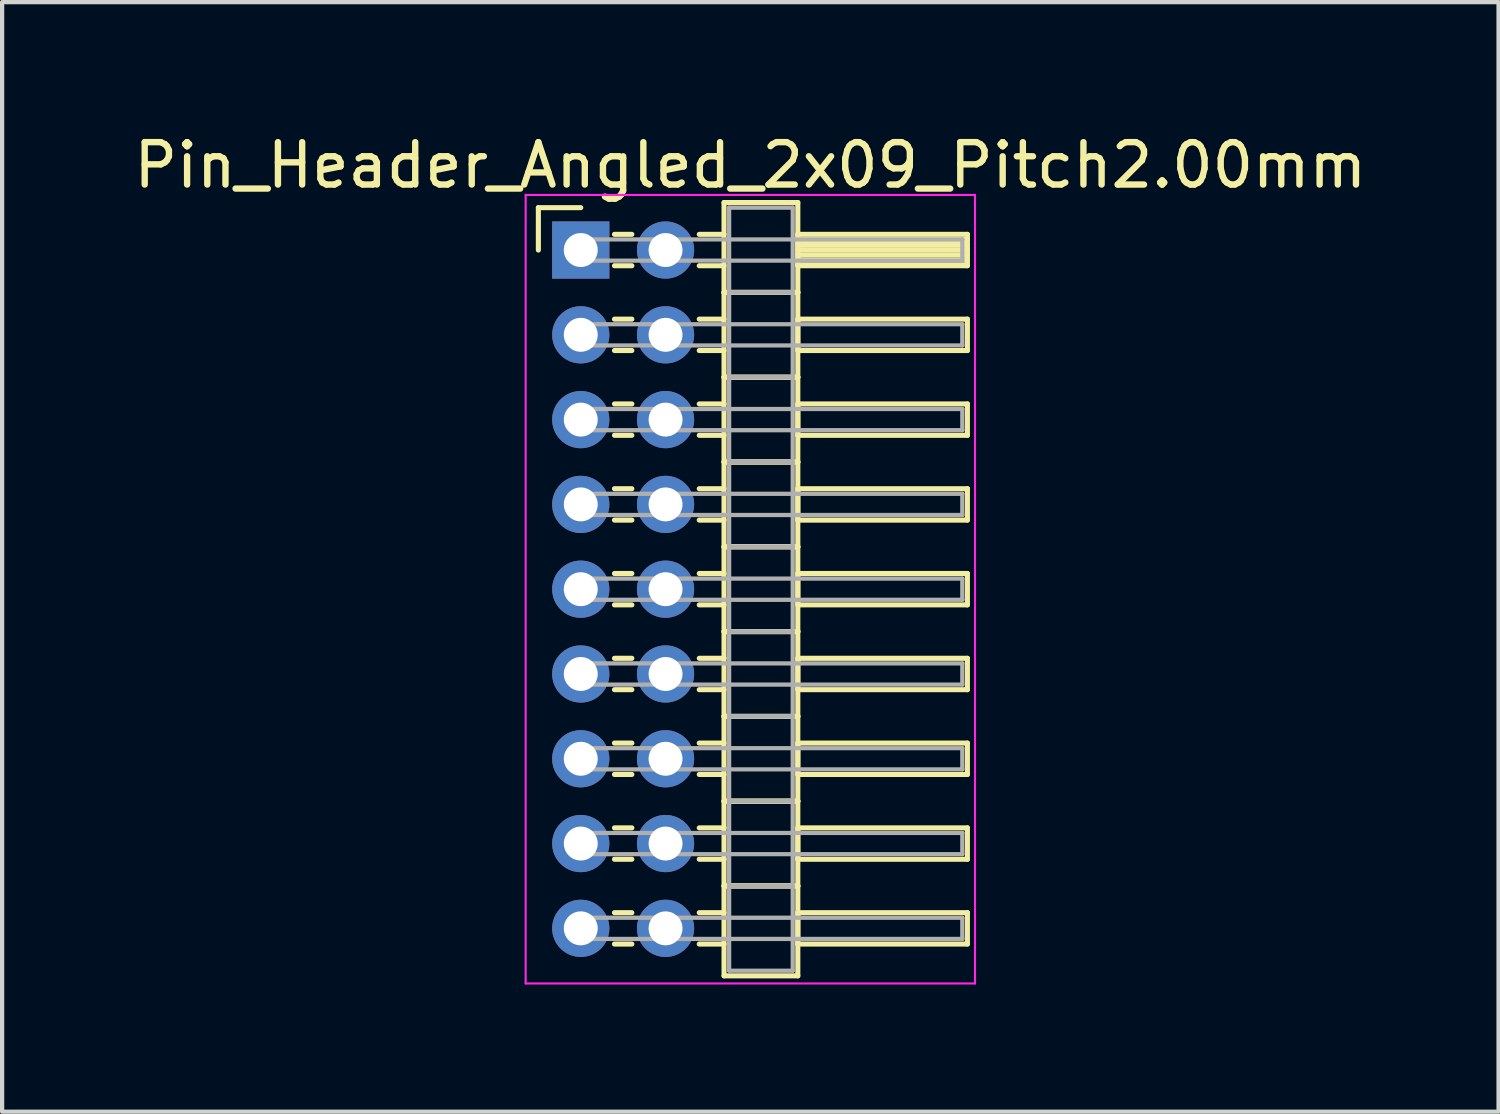
<source format=kicad_pcb>
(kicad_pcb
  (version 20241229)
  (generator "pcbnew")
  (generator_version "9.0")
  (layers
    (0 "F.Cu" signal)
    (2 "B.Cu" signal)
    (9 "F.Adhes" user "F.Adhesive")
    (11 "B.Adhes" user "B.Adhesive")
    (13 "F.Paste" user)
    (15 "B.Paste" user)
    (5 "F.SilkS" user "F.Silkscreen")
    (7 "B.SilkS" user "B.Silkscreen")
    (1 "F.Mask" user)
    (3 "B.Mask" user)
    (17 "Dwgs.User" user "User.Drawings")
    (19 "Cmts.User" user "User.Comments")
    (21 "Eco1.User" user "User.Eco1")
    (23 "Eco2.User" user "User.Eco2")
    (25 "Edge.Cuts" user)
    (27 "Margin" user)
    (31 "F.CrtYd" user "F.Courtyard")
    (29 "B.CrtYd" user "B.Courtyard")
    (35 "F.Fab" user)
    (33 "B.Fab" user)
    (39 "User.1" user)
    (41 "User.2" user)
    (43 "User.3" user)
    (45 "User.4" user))
  (footprint "Pin_Header_Angled_2x09_Pitch2.00mm"
    (layer "F.Cu")
    (at 10.649 2.848)
    (property "Reference" "Pin_Header_Angled_2x09_Pitch2.00mm" (at 4 -2 0) (layer "F.SilkS") (effects (font (size 1 1) (thickness 0.15))))
    (attr through_hole)
    (fp_line (start -1 -1) (end 0 -1) (stroke (width 0.12) (type solid)) (layer "F.SilkS"))
    (fp_line (start -1 0) (end -1 -1) (stroke (width 0.12) (type solid)) (layer "F.SilkS"))
    (fp_line (start 0.795 -0.37) (end 1.205 -0.37) (stroke (width 0.12) (type solid)) (layer "F.SilkS"))
    (fp_line (start 0.795 0.37) (end 1.205 0.37) (stroke (width 0.12) (type solid)) (layer "F.SilkS"))
    (fp_line (start 0.795 1.63) (end 1.205 1.63) (stroke (width 0.12) (type solid)) (layer "F.SilkS"))
    (fp_line (start 0.795 2.37) (end 1.205 2.37) (stroke (width 0.12) (type solid)) (layer "F.SilkS"))
    (fp_line (start 0.795 3.63) (end 1.205 3.63) (stroke (width 0.12) (type solid)) (layer "F.SilkS"))
    (fp_line (start 0.795 4.37) (end 1.205 4.37) (stroke (width 0.12) (type solid)) (layer "F.SilkS"))
    (fp_line (start 0.795 5.63) (end 1.205 5.63) (stroke (width 0.12) (type solid)) (layer "F.SilkS"))
    (fp_line (start 0.795 6.37) (end 1.205 6.37) (stroke (width 0.12) (type solid)) (layer "F.SilkS"))
    (fp_line (start 0.795 7.63) (end 1.205 7.63) (stroke (width 0.12) (type solid)) (layer "F.SilkS"))
    (fp_line (start 0.795 8.37) (end 1.205 8.37) (stroke (width 0.12) (type solid)) (layer "F.SilkS"))
    (fp_line (start 0.795 9.63) (end 1.205 9.63) (stroke (width 0.12) (type solid)) (layer "F.SilkS"))
    (fp_line (start 0.795 10.37) (end 1.205 10.37) (stroke (width 0.12) (type solid)) (layer "F.SilkS"))
    (fp_line (start 0.795 11.63) (end 1.205 11.63) (stroke (width 0.12) (type solid)) (layer "F.SilkS"))
    (fp_line (start 0.795 12.37) (end 1.205 12.37) (stroke (width 0.12) (type solid)) (layer "F.SilkS"))
    (fp_line (start 0.795 13.63) (end 1.205 13.63) (stroke (width 0.12) (type solid)) (layer "F.SilkS"))
    (fp_line (start 0.795 14.37) (end 1.205 14.37) (stroke (width 0.12) (type solid)) (layer "F.SilkS"))
    (fp_line (start 0.795 15.63) (end 1.205 15.63) (stroke (width 0.12) (type solid)) (layer "F.SilkS"))
    (fp_line (start 0.795 16.37) (end 1.205 16.37) (stroke (width 0.12) (type solid)) (layer "F.SilkS"))
    (fp_line (start 2.795 -0.37) (end 3.38 -0.37) (stroke (width 0.12) (type solid)) (layer "F.SilkS"))
    (fp_line (start 2.795 0.37) (end 3.38 0.37) (stroke (width 0.12) (type solid)) (layer "F.SilkS"))
    (fp_line (start 2.795 1.63) (end 3.38 1.63) (stroke (width 0.12) (type solid)) (layer "F.SilkS"))
    (fp_line (start 2.795 2.37) (end 3.38 2.37) (stroke (width 0.12) (type solid)) (layer "F.SilkS"))
    (fp_line (start 2.795 3.63) (end 3.38 3.63) (stroke (width 0.12) (type solid)) (layer "F.SilkS"))
    (fp_line (start 2.795 4.37) (end 3.38 4.37) (stroke (width 0.12) (type solid)) (layer "F.SilkS"))
    (fp_line (start 2.795 5.63) (end 3.38 5.63) (stroke (width 0.12) (type solid)) (layer "F.SilkS"))
    (fp_line (start 2.795 6.37) (end 3.38 6.37) (stroke (width 0.12) (type solid)) (layer "F.SilkS"))
    (fp_line (start 2.795 7.63) (end 3.38 7.63) (stroke (width 0.12) (type solid)) (layer "F.SilkS"))
    (fp_line (start 2.795 8.37) (end 3.38 8.37) (stroke (width 0.12) (type solid)) (layer "F.SilkS"))
    (fp_line (start 2.795 9.63) (end 3.38 9.63) (stroke (width 0.12) (type solid)) (layer "F.SilkS"))
    (fp_line (start 2.795 10.37) (end 3.38 10.37) (stroke (width 0.12) (type solid)) (layer "F.SilkS"))
    (fp_line (start 2.795 11.63) (end 3.38 11.63) (stroke (width 0.12) (type solid)) (layer "F.SilkS"))
    (fp_line (start 2.795 12.37) (end 3.38 12.37) (stroke (width 0.12) (type solid)) (layer "F.SilkS"))
    (fp_line (start 2.795 13.63) (end 3.38 13.63) (stroke (width 0.12) (type solid)) (layer "F.SilkS"))
    (fp_line (start 2.795 14.37) (end 3.38 14.37) (stroke (width 0.12) (type solid)) (layer "F.SilkS"))
    (fp_line (start 2.795 15.63) (end 3.38 15.63) (stroke (width 0.12) (type solid)) (layer "F.SilkS"))
    (fp_line (start 2.795 16.37) (end 3.38 16.37) (stroke (width 0.12) (type solid)) (layer "F.SilkS"))
    (fp_line (start 3.38 -1.12) (end 3.38 1) (stroke (width 0.12) (type solid)) (layer "F.SilkS"))
    (fp_line (start 3.38 1) (end 3.38 3) (stroke (width 0.12) (type solid)) (layer "F.SilkS"))
    (fp_line (start 3.38 1) (end 5.12 1) (stroke (width 0.12) (type solid)) (layer "F.SilkS"))
    (fp_line (start 3.38 3) (end 3.38 5) (stroke (width 0.12) (type solid)) (layer "F.SilkS"))
    (fp_line (start 3.38 3) (end 5.12 3) (stroke (width 0.12) (type solid)) (layer "F.SilkS"))
    (fp_line (start 3.38 5) (end 3.38 7) (stroke (width 0.12) (type solid)) (layer "F.SilkS"))
    (fp_line (start 3.38 5) (end 5.12 5) (stroke (width 0.12) (type solid)) (layer "F.SilkS"))
    (fp_line (start 3.38 7) (end 3.38 9) (stroke (width 0.12) (type solid)) (layer "F.SilkS"))
    (fp_line (start 3.38 7) (end 5.12 7) (stroke (width 0.12) (type solid)) (layer "F.SilkS"))
    (fp_line (start 3.38 9) (end 3.38 11) (stroke (width 0.12) (type solid)) (layer "F.SilkS"))
    (fp_line (start 3.38 9) (end 5.12 9) (stroke (width 0.12) (type solid)) (layer "F.SilkS"))
    (fp_line (start 3.38 11) (end 3.38 13) (stroke (width 0.12) (type solid)) (layer "F.SilkS"))
    (fp_line (start 3.38 11) (end 5.12 11) (stroke (width 0.12) (type solid)) (layer "F.SilkS"))
    (fp_line (start 3.38 13) (end 3.38 15) (stroke (width 0.12) (type solid)) (layer "F.SilkS"))
    (fp_line (start 3.38 13) (end 5.12 13) (stroke (width 0.12) (type solid)) (layer "F.SilkS"))
    (fp_line (start 3.38 15) (end 3.38 17.12) (stroke (width 0.12) (type solid)) (layer "F.SilkS"))
    (fp_line (start 3.38 15) (end 5.12 15) (stroke (width 0.12) (type solid)) (layer "F.SilkS"))
    (fp_line (start 3.38 17.12) (end 5.12 17.12) (stroke (width 0.12) (type solid)) (layer "F.SilkS"))
    (fp_line (start 5.12 -1.12) (end 3.38 -1.12) (stroke (width 0.12) (type solid)) (layer "F.SilkS"))
    (fp_line (start 5.12 -0.37) (end 5.12 0.37) (stroke (width 0.12) (type solid)) (layer "F.SilkS"))
    (fp_line (start 5.12 -0.25) (end 9.12 -0.25) (stroke (width 0.12) (type solid)) (layer "F.SilkS"))
    (fp_line (start 5.12 -0.13) (end 9.12 -0.13) (stroke (width 0.12) (type solid)) (layer "F.SilkS"))
    (fp_line (start 5.12 -0.01) (end 9.12 -0.01) (stroke (width 0.12) (type solid)) (layer "F.SilkS"))
    (fp_line (start 5.12 0.11) (end 9.12 0.11) (stroke (width 0.12) (type solid)) (layer "F.SilkS"))
    (fp_line (start 5.12 0.23) (end 9.12 0.23) (stroke (width 0.12) (type solid)) (layer "F.SilkS"))
    (fp_line (start 5.12 0.35) (end 9.12 0.35) (stroke (width 0.12) (type solid)) (layer "F.SilkS"))
    (fp_line (start 5.12 0.37) (end 9.12 0.37) (stroke (width 0.12) (type solid)) (layer "F.SilkS"))
    (fp_line (start 5.12 1) (end 3.38 1) (stroke (width 0.12) (type solid)) (layer "F.SilkS"))
    (fp_line (start 5.12 1) (end 5.12 -1.12) (stroke (width 0.12) (type solid)) (layer "F.SilkS"))
    (fp_line (start 5.12 1.63) (end 5.12 2.37) (stroke (width 0.12) (type solid)) (layer "F.SilkS"))
    (fp_line (start 5.12 2.37) (end 9.12 2.37) (stroke (width 0.12) (type solid)) (layer "F.SilkS"))
    (fp_line (start 5.12 3) (end 3.38 3) (stroke (width 0.12) (type solid)) (layer "F.SilkS"))
    (fp_line (start 5.12 3) (end 5.12 1) (stroke (width 0.12) (type solid)) (layer "F.SilkS"))
    (fp_line (start 5.12 3.63) (end 5.12 4.37) (stroke (width 0.12) (type solid)) (layer "F.SilkS"))
    (fp_line (start 5.12 4.37) (end 9.12 4.37) (stroke (width 0.12) (type solid)) (layer "F.SilkS"))
    (fp_line (start 5.12 5) (end 3.38 5) (stroke (width 0.12) (type solid)) (layer "F.SilkS"))
    (fp_line (start 5.12 5) (end 5.12 3) (stroke (width 0.12) (type solid)) (layer "F.SilkS"))
    (fp_line (start 5.12 5.63) (end 5.12 6.37) (stroke (width 0.12) (type solid)) (layer "F.SilkS"))
    (fp_line (start 5.12 6.37) (end 9.12 6.37) (stroke (width 0.12) (type solid)) (layer "F.SilkS"))
    (fp_line (start 5.12 7) (end 3.38 7) (stroke (width 0.12) (type solid)) (layer "F.SilkS"))
    (fp_line (start 5.12 7) (end 5.12 5) (stroke (width 0.12) (type solid)) (layer "F.SilkS"))
    (fp_line (start 5.12 7.63) (end 5.12 8.37) (stroke (width 0.12) (type solid)) (layer "F.SilkS"))
    (fp_line (start 5.12 8.37) (end 9.12 8.37) (stroke (width 0.12) (type solid)) (layer "F.SilkS"))
    (fp_line (start 5.12 9) (end 3.38 9) (stroke (width 0.12) (type solid)) (layer "F.SilkS"))
    (fp_line (start 5.12 9) (end 5.12 7) (stroke (width 0.12) (type solid)) (layer "F.SilkS"))
    (fp_line (start 5.12 9.63) (end 5.12 10.37) (stroke (width 0.12) (type solid)) (layer "F.SilkS"))
    (fp_line (start 5.12 10.37) (end 9.12 10.37) (stroke (width 0.12) (type solid)) (layer "F.SilkS"))
    (fp_line (start 5.12 11) (end 3.38 11) (stroke (width 0.12) (type solid)) (layer "F.SilkS"))
    (fp_line (start 5.12 11) (end 5.12 9) (stroke (width 0.12) (type solid)) (layer "F.SilkS"))
    (fp_line (start 5.12 11.63) (end 5.12 12.37) (stroke (width 0.12) (type solid)) (layer "F.SilkS"))
    (fp_line (start 5.12 12.37) (end 9.12 12.37) (stroke (width 0.12) (type solid)) (layer "F.SilkS"))
    (fp_line (start 5.12 13) (end 3.38 13) (stroke (width 0.12) (type solid)) (layer "F.SilkS"))
    (fp_line (start 5.12 13) (end 5.12 11) (stroke (width 0.12) (type solid)) (layer "F.SilkS"))
    (fp_line (start 5.12 13.63) (end 5.12 14.37) (stroke (width 0.12) (type solid)) (layer "F.SilkS"))
    (fp_line (start 5.12 14.37) (end 9.12 14.37) (stroke (width 0.12) (type solid)) (layer "F.SilkS"))
    (fp_line (start 5.12 15) (end 3.38 15) (stroke (width 0.12) (type solid)) (layer "F.SilkS"))
    (fp_line (start 5.12 15) (end 5.12 13) (stroke (width 0.12) (type solid)) (layer "F.SilkS"))
    (fp_line (start 5.12 15.63) (end 5.12 16.37) (stroke (width 0.12) (type solid)) (layer "F.SilkS"))
    (fp_line (start 5.12 16.37) (end 9.12 16.37) (stroke (width 0.12) (type solid)) (layer "F.SilkS"))
    (fp_line (start 5.12 17.12) (end 5.12 15) (stroke (width 0.12) (type solid)) (layer "F.SilkS"))
    (fp_line (start 9.12 -0.37) (end 5.12 -0.37) (stroke (width 0.12) (type solid)) (layer "F.SilkS"))
    (fp_line (start 9.12 0.37) (end 9.12 -0.37) (stroke (width 0.12) (type solid)) (layer "F.SilkS"))
    (fp_line (start 9.12 1.63) (end 5.12 1.63) (stroke (width 0.12) (type solid)) (layer "F.SilkS"))
    (fp_line (start 9.12 2.37) (end 9.12 1.63) (stroke (width 0.12) (type solid)) (layer "F.SilkS"))
    (fp_line (start 9.12 3.63) (end 5.12 3.63) (stroke (width 0.12) (type solid)) (layer "F.SilkS"))
    (fp_line (start 9.12 4.37) (end 9.12 3.63) (stroke (width 0.12) (type solid)) (layer "F.SilkS"))
    (fp_line (start 9.12 5.63) (end 5.12 5.63) (stroke (width 0.12) (type solid)) (layer "F.SilkS"))
    (fp_line (start 9.12 6.37) (end 9.12 5.63) (stroke (width 0.12) (type solid)) (layer "F.SilkS"))
    (fp_line (start 9.12 7.63) (end 5.12 7.63) (stroke (width 0.12) (type solid)) (layer "F.SilkS"))
    (fp_line (start 9.12 8.37) (end 9.12 7.63) (stroke (width 0.12) (type solid)) (layer "F.SilkS"))
    (fp_line (start 9.12 9.63) (end 5.12 9.63) (stroke (width 0.12) (type solid)) (layer "F.SilkS"))
    (fp_line (start 9.12 10.37) (end 9.12 9.63) (stroke (width 0.12) (type solid)) (layer "F.SilkS"))
    (fp_line (start 9.12 11.63) (end 5.12 11.63) (stroke (width 0.12) (type solid)) (layer "F.SilkS"))
    (fp_line (start 9.12 12.37) (end 9.12 11.63) (stroke (width 0.12) (type solid)) (layer "F.SilkS"))
    (fp_line (start 9.12 13.63) (end 5.12 13.63) (stroke (width 0.12) (type solid)) (layer "F.SilkS"))
    (fp_line (start 9.12 14.37) (end 9.12 13.63) (stroke (width 0.12) (type solid)) (layer "F.SilkS"))
    (fp_line (start 9.12 15.63) (end 5.12 15.63) (stroke (width 0.12) (type solid)) (layer "F.SilkS"))
    (fp_line (start 9.12 16.37) (end 9.12 15.63) (stroke (width 0.12) (type solid)) (layer "F.SilkS"))
    (fp_line (start -1.3 -1.3) (end -1.3 17.3) (stroke (width 0.05) (type solid)) (layer "F.CrtYd"))
    (fp_line (start -1.3 17.3) (end 9.3 17.3) (stroke (width 0.05) (type solid)) (layer "F.CrtYd"))
    (fp_line (start 9.3 -1.3) (end -1.3 -1.3) (stroke (width 0.05) (type solid)) (layer "F.CrtYd"))
    (fp_line (start 9.3 17.3) (end 9.3 -1.3) (stroke (width 0.05) (type solid)) (layer "F.CrtYd"))
    (fp_line (start 0 -0.25) (end 0 0.25) (stroke (width 0.1) (type solid)) (layer "F.Fab"))
    (fp_line (start 0 0.25) (end 9 0.25) (stroke (width 0.1) (type solid)) (layer "F.Fab"))
    (fp_line (start 0 1.75) (end 0 2.25) (stroke (width 0.1) (type solid)) (layer "F.Fab"))
    (fp_line (start 0 2.25) (end 9 2.25) (stroke (width 0.1) (type solid)) (layer "F.Fab"))
    (fp_line (start 0 3.75) (end 0 4.25) (stroke (width 0.1) (type solid)) (layer "F.Fab"))
    (fp_line (start 0 4.25) (end 9 4.25) (stroke (width 0.1) (type solid)) (layer "F.Fab"))
    (fp_line (start 0 5.75) (end 0 6.25) (stroke (width 0.1) (type solid)) (layer "F.Fab"))
    (fp_line (start 0 6.25) (end 9 6.25) (stroke (width 0.1) (type solid)) (layer "F.Fab"))
    (fp_line (start 0 7.75) (end 0 8.25) (stroke (width 0.1) (type solid)) (layer "F.Fab"))
    (fp_line (start 0 8.25) (end 9 8.25) (stroke (width 0.1) (type solid)) (layer "F.Fab"))
    (fp_line (start 0 9.75) (end 0 10.25) (stroke (width 0.1) (type solid)) (layer "F.Fab"))
    (fp_line (start 0 10.25) (end 9 10.25) (stroke (width 0.1) (type solid)) (layer "F.Fab"))
    (fp_line (start 0 11.75) (end 0 12.25) (stroke (width 0.1) (type solid)) (layer "F.Fab"))
    (fp_line (start 0 12.25) (end 9 12.25) (stroke (width 0.1) (type solid)) (layer "F.Fab"))
    (fp_line (start 0 13.75) (end 0 14.25) (stroke (width 0.1) (type solid)) (layer "F.Fab"))
    (fp_line (start 0 14.25) (end 9 14.25) (stroke (width 0.1) (type solid)) (layer "F.Fab"))
    (fp_line (start 0 15.75) (end 0 16.25) (stroke (width 0.1) (type solid)) (layer "F.Fab"))
    (fp_line (start 0 16.25) (end 9 16.25) (stroke (width 0.1) (type solid)) (layer "F.Fab"))
    (fp_line (start 3.5 -1) (end 3.5 1) (stroke (width 0.1) (type solid)) (layer "F.Fab"))
    (fp_line (start 3.5 1) (end 3.5 3) (stroke (width 0.1) (type solid)) (layer "F.Fab"))
    (fp_line (start 3.5 1) (end 5 1) (stroke (width 0.1) (type solid)) (layer "F.Fab"))
    (fp_line (start 3.5 3) (end 3.5 5) (stroke (width 0.1) (type solid)) (layer "F.Fab"))
    (fp_line (start 3.5 3) (end 5 3) (stroke (width 0.1) (type solid)) (layer "F.Fab"))
    (fp_line (start 3.5 5) (end 3.5 7) (stroke (width 0.1) (type solid)) (layer "F.Fab"))
    (fp_line (start 3.5 5) (end 5 5) (stroke (width 0.1) (type solid)) (layer "F.Fab"))
    (fp_line (start 3.5 7) (end 3.5 9) (stroke (width 0.1) (type solid)) (layer "F.Fab"))
    (fp_line (start 3.5 7) (end 5 7) (stroke (width 0.1) (type solid)) (layer "F.Fab"))
    (fp_line (start 3.5 9) (end 3.5 11) (stroke (width 0.1) (type solid)) (layer "F.Fab"))
    (fp_line (start 3.5 9) (end 5 9) (stroke (width 0.1) (type solid)) (layer "F.Fab"))
    (fp_line (start 3.5 11) (end 3.5 13) (stroke (width 0.1) (type solid)) (layer "F.Fab"))
    (fp_line (start 3.5 11) (end 5 11) (stroke (width 0.1) (type solid)) (layer "F.Fab"))
    (fp_line (start 3.5 13) (end 3.5 15) (stroke (width 0.1) (type solid)) (layer "F.Fab"))
    (fp_line (start 3.5 13) (end 5 13) (stroke (width 0.1) (type solid)) (layer "F.Fab"))
    (fp_line (start 3.5 15) (end 3.5 17) (stroke (width 0.1) (type solid)) (layer "F.Fab"))
    (fp_line (start 3.5 15) (end 5 15) (stroke (width 0.1) (type solid)) (layer "F.Fab"))
    (fp_line (start 3.5 17) (end 5 17) (stroke (width 0.1) (type solid)) (layer "F.Fab"))
    (fp_line (start 5 -1) (end 3.5 -1) (stroke (width 0.1) (type solid)) (layer "F.Fab"))
    (fp_line (start 5 1) (end 3.5 1) (stroke (width 0.1) (type solid)) (layer "F.Fab"))
    (fp_line (start 5 1) (end 5 -1) (stroke (width 0.1) (type solid)) (layer "F.Fab"))
    (fp_line (start 5 3) (end 3.5 3) (stroke (width 0.1) (type solid)) (layer "F.Fab"))
    (fp_line (start 5 3) (end 5 1) (stroke (width 0.1) (type solid)) (layer "F.Fab"))
    (fp_line (start 5 5) (end 3.5 5) (stroke (width 0.1) (type solid)) (layer "F.Fab"))
    (fp_line (start 5 5) (end 5 3) (stroke (width 0.1) (type solid)) (layer "F.Fab"))
    (fp_line (start 5 7) (end 3.5 7) (stroke (width 0.1) (type solid)) (layer "F.Fab"))
    (fp_line (start 5 7) (end 5 5) (stroke (width 0.1) (type solid)) (layer "F.Fab"))
    (fp_line (start 5 9) (end 3.5 9) (stroke (width 0.1) (type solid)) (layer "F.Fab"))
    (fp_line (start 5 9) (end 5 7) (stroke (width 0.1) (type solid)) (layer "F.Fab"))
    (fp_line (start 5 11) (end 3.5 11) (stroke (width 0.1) (type solid)) (layer "F.Fab"))
    (fp_line (start 5 11) (end 5 9) (stroke (width 0.1) (type solid)) (layer "F.Fab"))
    (fp_line (start 5 13) (end 3.5 13) (stroke (width 0.1) (type solid)) (layer "F.Fab"))
    (fp_line (start 5 13) (end 5 11) (stroke (width 0.1) (type solid)) (layer "F.Fab"))
    (fp_line (start 5 15) (end 3.5 15) (stroke (width 0.1) (type solid)) (layer "F.Fab"))
    (fp_line (start 5 15) (end 5 13) (stroke (width 0.1) (type solid)) (layer "F.Fab"))
    (fp_line (start 5 17) (end 5 15) (stroke (width 0.1) (type solid)) (layer "F.Fab"))
    (fp_line (start 9 -0.25) (end 0 -0.25) (stroke (width 0.1) (type solid)) (layer "F.Fab"))
    (fp_line (start 9 0.25) (end 9 -0.25) (stroke (width 0.1) (type solid)) (layer "F.Fab"))
    (fp_line (start 9 1.75) (end 0 1.75) (stroke (width 0.1) (type solid)) (layer "F.Fab"))
    (fp_line (start 9 2.25) (end 9 1.75) (stroke (width 0.1) (type solid)) (layer "F.Fab"))
    (fp_line (start 9 3.75) (end 0 3.75) (stroke (width 0.1) (type solid)) (layer "F.Fab"))
    (fp_line (start 9 4.25) (end 9 3.75) (stroke (width 0.1) (type solid)) (layer "F.Fab"))
    (fp_line (start 9 5.75) (end 0 5.75) (stroke (width 0.1) (type solid)) (layer "F.Fab"))
    (fp_line (start 9 6.25) (end 9 5.75) (stroke (width 0.1) (type solid)) (layer "F.Fab"))
    (fp_line (start 9 7.75) (end 0 7.75) (stroke (width 0.1) (type solid)) (layer "F.Fab"))
    (fp_line (start 9 8.25) (end 9 7.75) (stroke (width 0.1) (type solid)) (layer "F.Fab"))
    (fp_line (start 9 9.75) (end 0 9.75) (stroke (width 0.1) (type solid)) (layer "F.Fab"))
    (fp_line (start 9 10.25) (end 9 9.75) (stroke (width 0.1) (type solid)) (layer "F.Fab"))
    (fp_line (start 9 11.75) (end 0 11.75) (stroke (width 0.1) (type solid)) (layer "F.Fab"))
    (fp_line (start 9 12.25) (end 9 11.75) (stroke (width 0.1) (type solid)) (layer "F.Fab"))
    (fp_line (start 9 13.75) (end 0 13.75) (stroke (width 0.1) (type solid)) (layer "F.Fab"))
    (fp_line (start 9 14.25) (end 9 13.75) (stroke (width 0.1) (type solid)) (layer "F.Fab"))
    (fp_line (start 9 15.75) (end 0 15.75) (stroke (width 0.1) (type solid)) (layer "F.Fab"))
    (fp_line (start 9 16.25) (end 9 15.75) (stroke (width 0.1) (type solid)) (layer "F.Fab"))
    (pad "1" thru_hole rect (at 0 0) (size 1.35 1.35) (drill 0.8) (layers "*.Cu" "*.Mask"))
    (pad "2" thru_hole oval (at 2 0) (size 1.35 1.35) (drill 0.8) (layers "*.Cu" "*.Mask"))
    (pad "3" thru_hole oval (at 0 2) (size 1.35 1.35) (drill 0.8) (layers "*.Cu" "*.Mask"))
    (pad "4" thru_hole oval (at 2 2) (size 1.35 1.35) (drill 0.8) (layers "*.Cu" "*.Mask"))
    (pad "5" thru_hole oval (at 0 4) (size 1.35 1.35) (drill 0.8) (layers "*.Cu" "*.Mask"))
    (pad "6" thru_hole oval (at 2 4) (size 1.35 1.35) (drill 0.8) (layers "*.Cu" "*.Mask"))
    (pad "7" thru_hole oval (at 0 6) (size 1.35 1.35) (drill 0.8) (layers "*.Cu" "*.Mask"))
    (pad "8" thru_hole oval (at 2 6) (size 1.35 1.35) (drill 0.8) (layers "*.Cu" "*.Mask"))
    (pad "9" thru_hole oval (at 0 8) (size 1.35 1.35) (drill 0.8) (layers "*.Cu" "*.Mask"))
    (pad "10" thru_hole oval (at 2 8) (size 1.35 1.35) (drill 0.8) (layers "*.Cu" "*.Mask"))
    (pad "11" thru_hole oval (at 0 10) (size 1.35 1.35) (drill 0.8) (layers "*.Cu" "*.Mask"))
    (pad "12" thru_hole oval (at 2 10) (size 1.35 1.35) (drill 0.8) (layers "*.Cu" "*.Mask"))
    (pad "13" thru_hole oval (at 0 12) (size 1.35 1.35) (drill 0.8) (layers "*.Cu" "*.Mask"))
    (pad "14" thru_hole oval (at 2 12) (size 1.35 1.35) (drill 0.8) (layers "*.Cu" "*.Mask"))
    (pad "15" thru_hole oval (at 0 14) (size 1.35 1.35) (drill 0.8) (layers "*.Cu" "*.Mask"))
    (pad "16" thru_hole oval (at 2 14) (size 1.35 1.35) (drill 0.8) (layers "*.Cu" "*.Mask"))
    (pad "17" thru_hole oval (at 0 16) (size 1.35 1.35) (drill 0.8) (layers "*.Cu" "*.Mask"))
    (pad "18" thru_hole oval (at 2 16) (size 1.35 1.35) (drill 0.8) (layers "*.Cu" "*.Mask")))
  (gr_rect
    (start -3 -3)
    (end 32.298 23.173)
    (stroke (width 0.1) (type default))
    (fill no)
    (layer "Edge.Cuts")))
</source>
